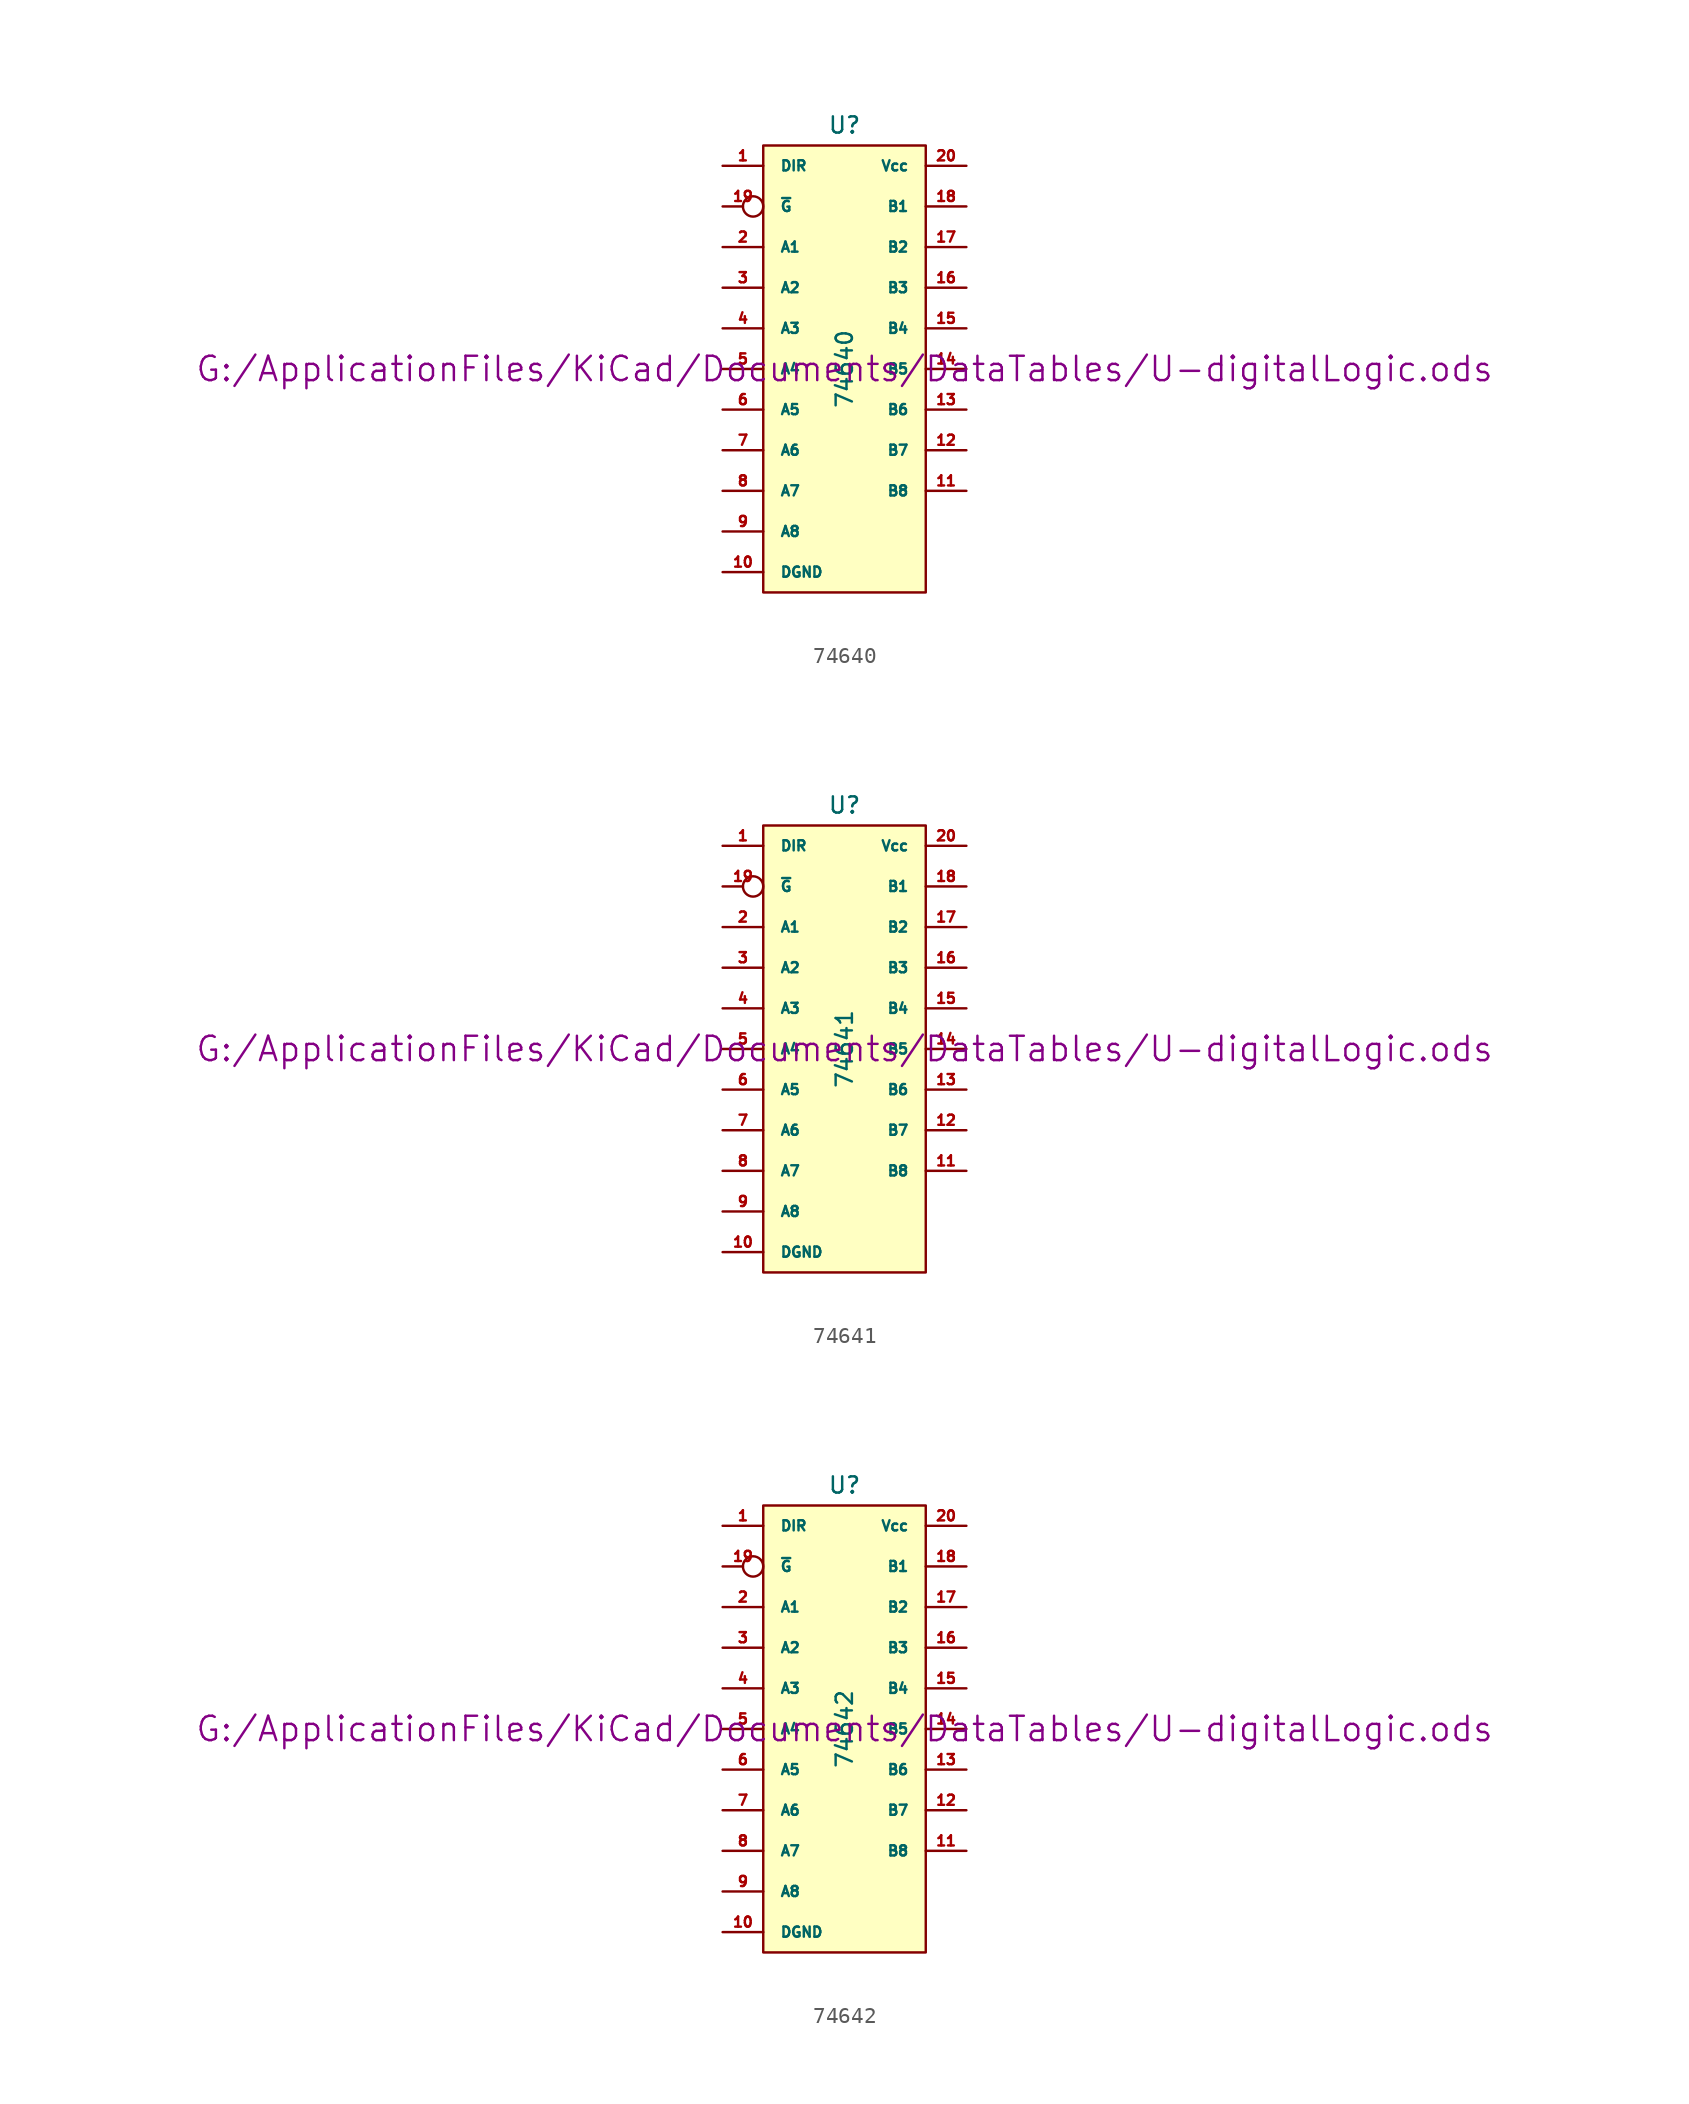
<source format=kicad_sym>
(kicad_symbol_lib
  (version 20211014)
  (generator kicad_symbol_editor)
  (symbol "74640"
    (pin_names
      (offset 1.016))
    (property "Reference" "U"
      (at 0 15.24 0)
      (effects (font (size 1.016 1.016))))
    (property "Value" "74640"
      (at 0 0 90)
      (effects (font (size 1.016 1.016))))
    (property "Footprint" ""
      (at 0 0 0)
      (effects (font (size 1.524 1.524))))
    (property "Datasheet" "G:/ApplicationFiles/KiCad/Documents/DataTables/U-digitalLogic.ods"
      (at 0 0 0)
      (effects (font (size 1.524 1.524))))
    (symbol "74640_0_1"
      (rectangle (start -5.08 13.97) (end 5.08 -13.97) (stroke (width 0) (type default) (color 0 0 0 0)) (fill (type background))))
    (symbol "74640_1_1"
      (pin input line (at -7.62 12.7 0) (length 2.54) (name "DIR" (effects (font (size 0.635 0.635)))) (number "1" (effects (font (size 0.635 0.635)))))
      (pin power_in line (at -7.62 -12.7 0) (length 2.54) (name "DGND" (effects (font (size 0.635 0.635)))) (number "10" (effects (font (size 0.635 0.635)))))
      (pin tri_state line (at 7.62 -7.62 180) (length 2.54) (name "B8" (effects (font (size 0.635 0.635)))) (number "11" (effects (font (size 0.635 0.635)))))
      (pin tri_state line (at 7.62 -5.08 180) (length 2.54) (name "B7" (effects (font (size 0.635 0.635)))) (number "12" (effects (font (size 0.635 0.635)))))
      (pin tri_state line (at 7.62 -2.54 180) (length 2.54) (name "B6" (effects (font (size 0.635 0.635)))) (number "13" (effects (font (size 0.635 0.635)))))
      (pin tri_state line (at 7.62 0 180) (length 2.54) (name "B5" (effects (font (size 0.635 0.635)))) (number "14" (effects (font (size 0.635 0.635)))))
      (pin tri_state line (at 7.62 2.54 180) (length 2.54) (name "B4" (effects (font (size 0.635 0.635)))) (number "15" (effects (font (size 0.635 0.635)))))
      (pin tri_state line (at 7.62 5.08 180) (length 2.54) (name "B3" (effects (font (size 0.635 0.635)))) (number "16" (effects (font (size 0.635 0.635)))))
      (pin tri_state line (at 7.62 7.62 180) (length 2.54) (name "B2" (effects (font (size 0.635 0.635)))) (number "17" (effects (font (size 0.635 0.635)))))
      (pin tri_state line (at 7.62 10.16 180) (length 2.54) (name "B1" (effects (font (size 0.635 0.635)))) (number "18" (effects (font (size 0.635 0.635)))))
      (pin input inverted (at -7.62 10.16 0) (length 2.54) (name "~{G}" (effects (font (size 0.635 0.635)))) (number "19" (effects (font (size 0.635 0.635)))))
      (pin tri_state line (at -7.62 7.62 0) (length 2.54) (name "A1" (effects (font (size 0.635 0.635)))) (number "2" (effects (font (size 0.635 0.635)))))
      (pin power_in line (at 7.62 12.7 180) (length 2.54) (name "Vcc" (effects (font (size 0.635 0.635)))) (number "20" (effects (font (size 0.635 0.635)))))
      (pin tri_state line (at -7.62 5.08 0) (length 2.54) (name "A2" (effects (font (size 0.635 0.635)))) (number "3" (effects (font (size 0.635 0.635)))))
      (pin tri_state line (at -7.62 2.54 0) (length 2.54) (name "A3" (effects (font (size 0.635 0.635)))) (number "4" (effects (font (size 0.635 0.635)))))
      (pin tri_state line (at -7.62 0 0) (length 2.54) (name "A4" (effects (font (size 0.635 0.635)))) (number "5" (effects (font (size 0.635 0.635)))))
      (pin tri_state line (at -7.62 -2.54 0) (length 2.54) (name "A5" (effects (font (size 0.635 0.635)))) (number "6" (effects (font (size 0.635 0.635)))))
      (pin tri_state line (at -7.62 -5.08 0) (length 2.54) (name "A6" (effects (font (size 0.635 0.635)))) (number "7" (effects (font (size 0.635 0.635)))))
      (pin tri_state line (at -7.62 -7.62 0) (length 2.54) (name "A7" (effects (font (size 0.635 0.635)))) (number "8" (effects (font (size 0.635 0.635)))))
      (pin tri_state line (at -7.62 -10.16 0) (length 2.54) (name "A8" (effects (font (size 0.635 0.635)))) (number "9" (effects (font (size 0.635 0.635)))))))
  (symbol "74641"
    (pin_names
      (offset 1.016))
    (property "Reference" "U"
      (at 0 15.24 0)
      (effects (font (size 1.016 1.016))))
    (property "Value" "74641"
      (at 0 0 90)
      (effects (font (size 1.016 1.016))))
    (property "Footprint" ""
      (at 0 0 0)
      (effects (font (size 1.524 1.524))))
    (property "Datasheet" "G:/ApplicationFiles/KiCad/Documents/DataTables/U-digitalLogic.ods"
      (at 0 0 0)
      (effects (font (size 1.524 1.524))))
    (symbol "74641_0_1"
      (rectangle (start -5.08 13.97) (end 5.08 -13.97) (stroke (width 0) (type default) (color 0 0 0 0)) (fill (type background))))
    (symbol "74641_1_1"
      (pin input line (at -7.62 12.7 0) (length 2.54) (name "DIR" (effects (font (size 0.635 0.635)))) (number "1" (effects (font (size 0.635 0.635)))))
      (pin power_in line (at -7.62 -12.7 0) (length 2.54) (name "DGND" (effects (font (size 0.635 0.635)))) (number "10" (effects (font (size 0.635 0.635)))))
      (pin open_collector line (at 7.62 -7.62 180) (length 2.54) (name "B8" (effects (font (size 0.635 0.635)))) (number "11" (effects (font (size 0.635 0.635)))))
      (pin open_collector line (at 7.62 -5.08 180) (length 2.54) (name "B7" (effects (font (size 0.635 0.635)))) (number "12" (effects (font (size 0.635 0.635)))))
      (pin open_collector line (at 7.62 -2.54 180) (length 2.54) (name "B6" (effects (font (size 0.635 0.635)))) (number "13" (effects (font (size 0.635 0.635)))))
      (pin open_collector line (at 7.62 0 180) (length 2.54) (name "B5" (effects (font (size 0.635 0.635)))) (number "14" (effects (font (size 0.635 0.635)))))
      (pin open_collector line (at 7.62 2.54 180) (length 2.54) (name "B4" (effects (font (size 0.635 0.635)))) (number "15" (effects (font (size 0.635 0.635)))))
      (pin open_collector line (at 7.62 5.08 180) (length 2.54) (name "B3" (effects (font (size 0.635 0.635)))) (number "16" (effects (font (size 0.635 0.635)))))
      (pin open_collector line (at 7.62 7.62 180) (length 2.54) (name "B2" (effects (font (size 0.635 0.635)))) (number "17" (effects (font (size 0.635 0.635)))))
      (pin open_collector line (at 7.62 10.16 180) (length 2.54) (name "B1" (effects (font (size 0.635 0.635)))) (number "18" (effects (font (size 0.635 0.635)))))
      (pin input inverted (at -7.62 10.16 0) (length 2.54) (name "~{G}" (effects (font (size 0.635 0.635)))) (number "19" (effects (font (size 0.635 0.635)))))
      (pin open_collector line (at -7.62 7.62 0) (length 2.54) (name "A1" (effects (font (size 0.635 0.635)))) (number "2" (effects (font (size 0.635 0.635)))))
      (pin power_in line (at 7.62 12.7 180) (length 2.54) (name "Vcc" (effects (font (size 0.635 0.635)))) (number "20" (effects (font (size 0.635 0.635)))))
      (pin open_collector line (at -7.62 5.08 0) (length 2.54) (name "A2" (effects (font (size 0.635 0.635)))) (number "3" (effects (font (size 0.635 0.635)))))
      (pin open_collector line (at -7.62 2.54 0) (length 2.54) (name "A3" (effects (font (size 0.635 0.635)))) (number "4" (effects (font (size 0.635 0.635)))))
      (pin open_collector line (at -7.62 0 0) (length 2.54) (name "A4" (effects (font (size 0.635 0.635)))) (number "5" (effects (font (size 0.635 0.635)))))
      (pin open_collector line (at -7.62 -2.54 0) (length 2.54) (name "A5" (effects (font (size 0.635 0.635)))) (number "6" (effects (font (size 0.635 0.635)))))
      (pin open_collector line (at -7.62 -5.08 0) (length 2.54) (name "A6" (effects (font (size 0.635 0.635)))) (number "7" (effects (font (size 0.635 0.635)))))
      (pin open_collector line (at -7.62 -7.62 0) (length 2.54) (name "A7" (effects (font (size 0.635 0.635)))) (number "8" (effects (font (size 0.635 0.635)))))
      (pin open_collector line (at -7.62 -10.16 0) (length 2.54) (name "A8" (effects (font (size 0.635 0.635)))) (number "9" (effects (font (size 0.635 0.635)))))))
  (symbol "74642"
    (pin_names
      (offset 1.016))
    (property "Reference" "U"
      (at 0 15.24 0)
      (effects (font (size 1.016 1.016))))
    (property "Value" "74642"
      (at 0 0 90)
      (effects (font (size 1.016 1.016))))
    (property "Footprint" ""
      (at 0 0 0)
      (effects (font (size 1.524 1.524))))
    (property "Datasheet" "G:/ApplicationFiles/KiCad/Documents/DataTables/U-digitalLogic.ods"
      (at 0 0 0)
      (effects (font (size 1.524 1.524))))
    (symbol "74642_0_1"
      (rectangle (start -5.08 13.97) (end 5.08 -13.97) (stroke (width 0) (type default) (color 0 0 0 0)) (fill (type background))))
    (symbol "74642_1_1"
      (pin input line (at -7.62 12.7 0) (length 2.54) (name "DIR" (effects (font (size 0.635 0.635)))) (number "1" (effects (font (size 0.635 0.635)))))
      (pin power_in line (at -7.62 -12.7 0) (length 2.54) (name "DGND" (effects (font (size 0.635 0.635)))) (number "10" (effects (font (size 0.635 0.635)))))
      (pin open_collector line (at 7.62 -7.62 180) (length 2.54) (name "B8" (effects (font (size 0.635 0.635)))) (number "11" (effects (font (size 0.635 0.635)))))
      (pin open_collector line (at 7.62 -5.08 180) (length 2.54) (name "B7" (effects (font (size 0.635 0.635)))) (number "12" (effects (font (size 0.635 0.635)))))
      (pin open_collector line (at 7.62 -2.54 180) (length 2.54) (name "B6" (effects (font (size 0.635 0.635)))) (number "13" (effects (font (size 0.635 0.635)))))
      (pin open_collector line (at 7.62 0 180) (length 2.54) (name "B5" (effects (font (size 0.635 0.635)))) (number "14" (effects (font (size 0.635 0.635)))))
      (pin open_collector line (at 7.62 2.54 180) (length 2.54) (name "B4" (effects (font (size 0.635 0.635)))) (number "15" (effects (font (size 0.635 0.635)))))
      (pin open_collector line (at 7.62 5.08 180) (length 2.54) (name "B3" (effects (font (size 0.635 0.635)))) (number "16" (effects (font (size 0.635 0.635)))))
      (pin open_collector line (at 7.62 7.62 180) (length 2.54) (name "B2" (effects (font (size 0.635 0.635)))) (number "17" (effects (font (size 0.635 0.635)))))
      (pin open_collector line (at 7.62 10.16 180) (length 2.54) (name "B1" (effects (font (size 0.635 0.635)))) (number "18" (effects (font (size 0.635 0.635)))))
      (pin input inverted (at -7.62 10.16 0) (length 2.54) (name "~{G}" (effects (font (size 0.635 0.635)))) (number "19" (effects (font (size 0.635 0.635)))))
      (pin open_collector line (at -7.62 7.62 0) (length 2.54) (name "A1" (effects (font (size 0.635 0.635)))) (number "2" (effects (font (size 0.635 0.635)))))
      (pin power_in line (at 7.62 12.7 180) (length 2.54) (name "Vcc" (effects (font (size 0.635 0.635)))) (number "20" (effects (font (size 0.635 0.635)))))
      (pin open_collector line (at -7.62 5.08 0) (length 2.54) (name "A2" (effects (font (size 0.635 0.635)))) (number "3" (effects (font (size 0.635 0.635)))))
      (pin open_collector line (at -7.62 2.54 0) (length 2.54) (name "A3" (effects (font (size 0.635 0.635)))) (number "4" (effects (font (size 0.635 0.635)))))
      (pin open_collector line (at -7.62 0 0) (length 2.54) (name "A4" (effects (font (size 0.635 0.635)))) (number "5" (effects (font (size 0.635 0.635)))))
      (pin open_collector line (at -7.62 -2.54 0) (length 2.54) (name "A5" (effects (font (size 0.635 0.635)))) (number "6" (effects (font (size 0.635 0.635)))))
      (pin open_collector line (at -7.62 -5.08 0) (length 2.54) (name "A6" (effects (font (size 0.635 0.635)))) (number "7" (effects (font (size 0.635 0.635)))))
      (pin open_collector line (at -7.62 -7.62 0) (length 2.54) (name "A7" (effects (font (size 0.635 0.635)))) (number "8" (effects (font (size 0.635 0.635)))))
      (pin open_collector line (at -7.62 -10.16 0) (length 2.54) (name "A8" (effects (font (size 0.635 0.635)))) (number "9" (effects (font (size 0.635 0.635))))))))
</source>
